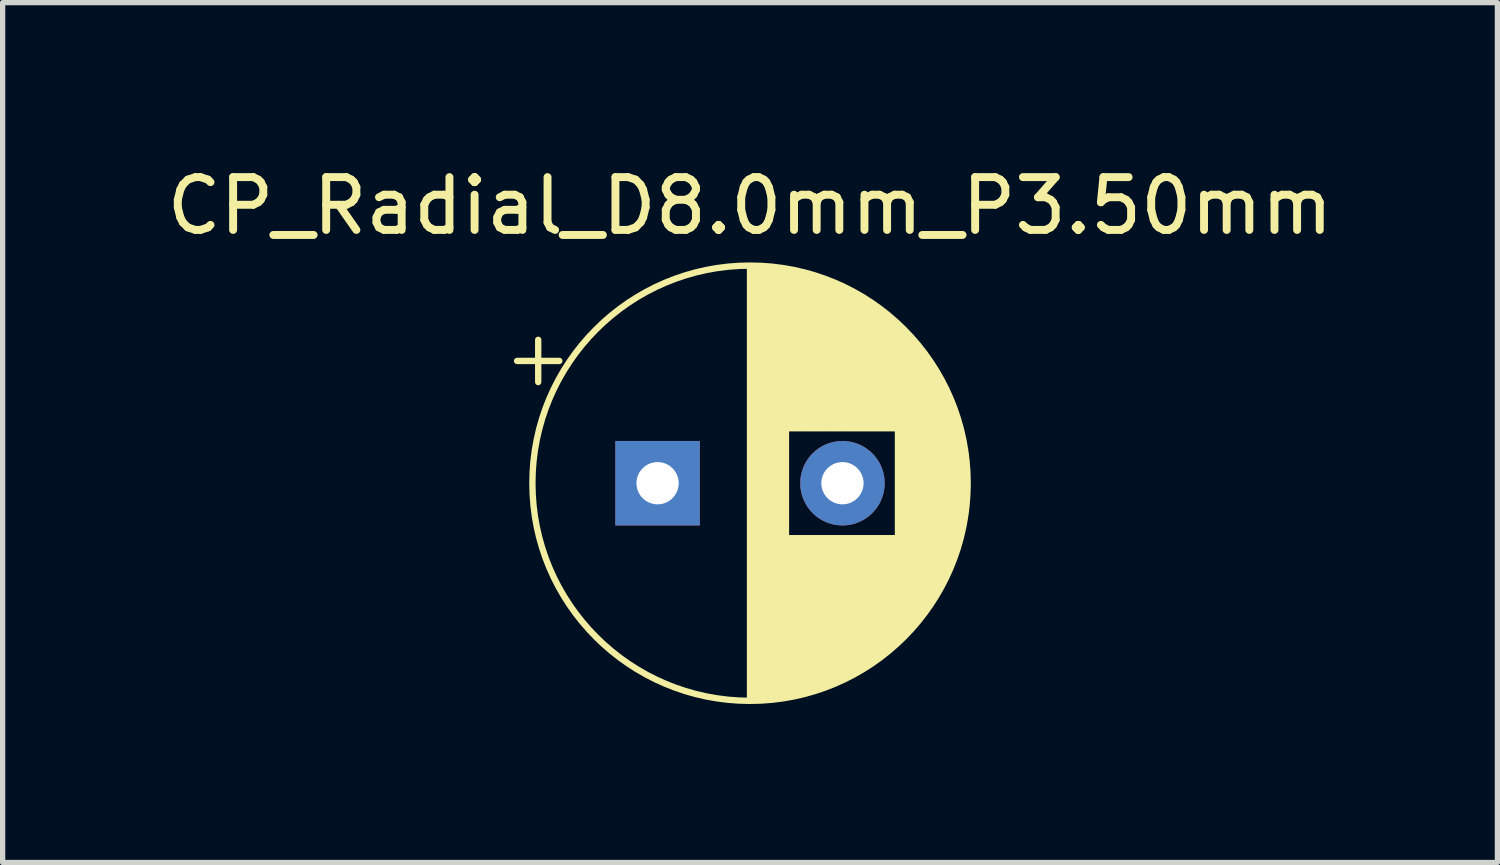
<source format=kicad_pcb>
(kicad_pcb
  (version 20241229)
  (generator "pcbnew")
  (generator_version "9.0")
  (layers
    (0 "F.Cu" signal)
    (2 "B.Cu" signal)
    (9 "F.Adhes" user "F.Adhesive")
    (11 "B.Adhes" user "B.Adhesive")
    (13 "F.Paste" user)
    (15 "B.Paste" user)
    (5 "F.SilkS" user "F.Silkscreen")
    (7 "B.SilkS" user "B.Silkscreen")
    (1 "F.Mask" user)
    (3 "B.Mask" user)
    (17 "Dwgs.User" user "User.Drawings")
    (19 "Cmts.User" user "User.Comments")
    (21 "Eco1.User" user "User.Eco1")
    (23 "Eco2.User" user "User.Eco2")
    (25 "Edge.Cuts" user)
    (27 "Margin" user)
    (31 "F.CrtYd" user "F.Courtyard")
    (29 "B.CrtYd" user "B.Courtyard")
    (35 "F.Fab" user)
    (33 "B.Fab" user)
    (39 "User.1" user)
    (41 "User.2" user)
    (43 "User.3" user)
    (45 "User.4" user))
  (footprint "CP_Radial_D8.0mm_P3.50mm"
    (layer "F.Cu")
    (at 9.399 6.098)
    (property "Reference" "CP_Radial_D8.0mm_P3.50mm" (at 1.75 -5.25 0) (layer "F.SilkS") (effects (font (size 1 1) (thickness 0.15))))
    (attr through_hole)
    (fp_line (start -2.66 -2.315) (end -1.86 -2.315) (stroke (width 0.12) (type solid)) (layer "F.SilkS"))
    (fp_line (start -2.26 -2.715) (end -2.26 -1.915) (stroke (width 0.12) (type solid)) (layer "F.SilkS"))
    (fp_line (start 1.75 -4.08) (end 1.75 4.08) (stroke (width 0.12) (type solid)) (layer "F.SilkS"))
    (fp_line (start 1.79 -4.08) (end 1.79 4.08) (stroke (width 0.12) (type solid)) (layer "F.SilkS"))
    (fp_line (start 1.83 -4.08) (end 1.83 4.08) (stroke (width 0.12) (type solid)) (layer "F.SilkS"))
    (fp_line (start 1.87 -4.079) (end 1.87 4.079) (stroke (width 0.12) (type solid)) (layer "F.SilkS"))
    (fp_line (start 1.91 -4.077) (end 1.91 4.077) (stroke (width 0.12) (type solid)) (layer "F.SilkS"))
    (fp_line (start 1.95 -4.076) (end 1.95 4.076) (stroke (width 0.12) (type solid)) (layer "F.SilkS"))
    (fp_line (start 1.99 -4.074) (end 1.99 4.074) (stroke (width 0.12) (type solid)) (layer "F.SilkS"))
    (fp_line (start 2.03 -4.071) (end 2.03 4.071) (stroke (width 0.12) (type solid)) (layer "F.SilkS"))
    (fp_line (start 2.07 -4.068) (end 2.07 4.068) (stroke (width 0.12) (type solid)) (layer "F.SilkS"))
    (fp_line (start 2.11 -4.065) (end 2.11 4.065) (stroke (width 0.12) (type solid)) (layer "F.SilkS"))
    (fp_line (start 2.15 -4.061) (end 2.15 4.061) (stroke (width 0.12) (type solid)) (layer "F.SilkS"))
    (fp_line (start 2.19 -4.057) (end 2.19 4.057) (stroke (width 0.12) (type solid)) (layer "F.SilkS"))
    (fp_line (start 2.23 -4.052) (end 2.23 4.052) (stroke (width 0.12) (type solid)) (layer "F.SilkS"))
    (fp_line (start 2.27 -4.048) (end 2.27 4.048) (stroke (width 0.12) (type solid)) (layer "F.SilkS"))
    (fp_line (start 2.31 -4.042) (end 2.31 4.042) (stroke (width 0.12) (type solid)) (layer "F.SilkS"))
    (fp_line (start 2.35 -4.037) (end 2.35 4.037) (stroke (width 0.12) (type solid)) (layer "F.SilkS"))
    (fp_line (start 2.39 -4.03) (end 2.39 4.03) (stroke (width 0.12) (type solid)) (layer "F.SilkS"))
    (fp_line (start 2.43 -4.024) (end 2.43 4.024) (stroke (width 0.12) (type solid)) (layer "F.SilkS"))
    (fp_line (start 2.471 -4.017) (end 2.471 -1.04) (stroke (width 0.12) (type solid)) (layer "F.SilkS"))
    (fp_line (start 2.471 1.04) (end 2.471 4.017) (stroke (width 0.12) (type solid)) (layer "F.SilkS"))
    (fp_line (start 2.511 -4.01) (end 2.511 -1.04) (stroke (width 0.12) (type solid)) (layer "F.SilkS"))
    (fp_line (start 2.511 1.04) (end 2.511 4.01) (stroke (width 0.12) (type solid)) (layer "F.SilkS"))
    (fp_line (start 2.551 -4.002) (end 2.551 -1.04) (stroke (width 0.12) (type solid)) (layer "F.SilkS"))
    (fp_line (start 2.551 1.04) (end 2.551 4.002) (stroke (width 0.12) (type solid)) (layer "F.SilkS"))
    (fp_line (start 2.591 -3.994) (end 2.591 -1.04) (stroke (width 0.12) (type solid)) (layer "F.SilkS"))
    (fp_line (start 2.591 1.04) (end 2.591 3.994) (stroke (width 0.12) (type solid)) (layer "F.SilkS"))
    (fp_line (start 2.631 -3.985) (end 2.631 -1.04) (stroke (width 0.12) (type solid)) (layer "F.SilkS"))
    (fp_line (start 2.631 1.04) (end 2.631 3.985) (stroke (width 0.12) (type solid)) (layer "F.SilkS"))
    (fp_line (start 2.671 -3.976) (end 2.671 -1.04) (stroke (width 0.12) (type solid)) (layer "F.SilkS"))
    (fp_line (start 2.671 1.04) (end 2.671 3.976) (stroke (width 0.12) (type solid)) (layer "F.SilkS"))
    (fp_line (start 2.711 -3.967) (end 2.711 -1.04) (stroke (width 0.12) (type solid)) (layer "F.SilkS"))
    (fp_line (start 2.711 1.04) (end 2.711 3.967) (stroke (width 0.12) (type solid)) (layer "F.SilkS"))
    (fp_line (start 2.751 -3.957) (end 2.751 -1.04) (stroke (width 0.12) (type solid)) (layer "F.SilkS"))
    (fp_line (start 2.751 1.04) (end 2.751 3.957) (stroke (width 0.12) (type solid)) (layer "F.SilkS"))
    (fp_line (start 2.791 -3.947) (end 2.791 -1.04) (stroke (width 0.12) (type solid)) (layer "F.SilkS"))
    (fp_line (start 2.791 1.04) (end 2.791 3.947) (stroke (width 0.12) (type solid)) (layer "F.SilkS"))
    (fp_line (start 2.831 -3.936) (end 2.831 -1.04) (stroke (width 0.12) (type solid)) (layer "F.SilkS"))
    (fp_line (start 2.831 1.04) (end 2.831 3.936) (stroke (width 0.12) (type solid)) (layer "F.SilkS"))
    (fp_line (start 2.871 -3.925) (end 2.871 -1.04) (stroke (width 0.12) (type solid)) (layer "F.SilkS"))
    (fp_line (start 2.871 1.04) (end 2.871 3.925) (stroke (width 0.12) (type solid)) (layer "F.SilkS"))
    (fp_line (start 2.911 -3.914) (end 2.911 -1.04) (stroke (width 0.12) (type solid)) (layer "F.SilkS"))
    (fp_line (start 2.911 1.04) (end 2.911 3.914) (stroke (width 0.12) (type solid)) (layer "F.SilkS"))
    (fp_line (start 2.951 -3.902) (end 2.951 -1.04) (stroke (width 0.12) (type solid)) (layer "F.SilkS"))
    (fp_line (start 2.951 1.04) (end 2.951 3.902) (stroke (width 0.12) (type solid)) (layer "F.SilkS"))
    (fp_line (start 2.991 -3.889) (end 2.991 -1.04) (stroke (width 0.12) (type solid)) (layer "F.SilkS"))
    (fp_line (start 2.991 1.04) (end 2.991 3.889) (stroke (width 0.12) (type solid)) (layer "F.SilkS"))
    (fp_line (start 3.031 -3.877) (end 3.031 -1.04) (stroke (width 0.12) (type solid)) (layer "F.SilkS"))
    (fp_line (start 3.031 1.04) (end 3.031 3.877) (stroke (width 0.12) (type solid)) (layer "F.SilkS"))
    (fp_line (start 3.071 -3.863) (end 3.071 -1.04) (stroke (width 0.12) (type solid)) (layer "F.SilkS"))
    (fp_line (start 3.071 1.04) (end 3.071 3.863) (stroke (width 0.12) (type solid)) (layer "F.SilkS"))
    (fp_line (start 3.111 -3.85) (end 3.111 -1.04) (stroke (width 0.12) (type solid)) (layer "F.SilkS"))
    (fp_line (start 3.111 1.04) (end 3.111 3.85) (stroke (width 0.12) (type solid)) (layer "F.SilkS"))
    (fp_line (start 3.151 -3.835) (end 3.151 -1.04) (stroke (width 0.12) (type solid)) (layer "F.SilkS"))
    (fp_line (start 3.151 1.04) (end 3.151 3.835) (stroke (width 0.12) (type solid)) (layer "F.SilkS"))
    (fp_line (start 3.191 -3.821) (end 3.191 -1.04) (stroke (width 0.12) (type solid)) (layer "F.SilkS"))
    (fp_line (start 3.191 1.04) (end 3.191 3.821) (stroke (width 0.12) (type solid)) (layer "F.SilkS"))
    (fp_line (start 3.231 -3.805) (end 3.231 -1.04) (stroke (width 0.12) (type solid)) (layer "F.SilkS"))
    (fp_line (start 3.231 1.04) (end 3.231 3.805) (stroke (width 0.12) (type solid)) (layer "F.SilkS"))
    (fp_line (start 3.271 -3.79) (end 3.271 -1.04) (stroke (width 0.12) (type solid)) (layer "F.SilkS"))
    (fp_line (start 3.271 1.04) (end 3.271 3.79) (stroke (width 0.12) (type solid)) (layer "F.SilkS"))
    (fp_line (start 3.311 -3.774) (end 3.311 -1.04) (stroke (width 0.12) (type solid)) (layer "F.SilkS"))
    (fp_line (start 3.311 1.04) (end 3.311 3.774) (stroke (width 0.12) (type solid)) (layer "F.SilkS"))
    (fp_line (start 3.351 -3.757) (end 3.351 -1.04) (stroke (width 0.12) (type solid)) (layer "F.SilkS"))
    (fp_line (start 3.351 1.04) (end 3.351 3.757) (stroke (width 0.12) (type solid)) (layer "F.SilkS"))
    (fp_line (start 3.391 -3.74) (end 3.391 -1.04) (stroke (width 0.12) (type solid)) (layer "F.SilkS"))
    (fp_line (start 3.391 1.04) (end 3.391 3.74) (stroke (width 0.12) (type solid)) (layer "F.SilkS"))
    (fp_line (start 3.431 -3.722) (end 3.431 -1.04) (stroke (width 0.12) (type solid)) (layer "F.SilkS"))
    (fp_line (start 3.431 1.04) (end 3.431 3.722) (stroke (width 0.12) (type solid)) (layer "F.SilkS"))
    (fp_line (start 3.471 -3.704) (end 3.471 -1.04) (stroke (width 0.12) (type solid)) (layer "F.SilkS"))
    (fp_line (start 3.471 1.04) (end 3.471 3.704) (stroke (width 0.12) (type solid)) (layer "F.SilkS"))
    (fp_line (start 3.511 -3.686) (end 3.511 -1.04) (stroke (width 0.12) (type solid)) (layer "F.SilkS"))
    (fp_line (start 3.511 1.04) (end 3.511 3.686) (stroke (width 0.12) (type solid)) (layer "F.SilkS"))
    (fp_line (start 3.551 -3.666) (end 3.551 -1.04) (stroke (width 0.12) (type solid)) (layer "F.SilkS"))
    (fp_line (start 3.551 1.04) (end 3.551 3.666) (stroke (width 0.12) (type solid)) (layer "F.SilkS"))
    (fp_line (start 3.591 -3.647) (end 3.591 -1.04) (stroke (width 0.12) (type solid)) (layer "F.SilkS"))
    (fp_line (start 3.591 1.04) (end 3.591 3.647) (stroke (width 0.12) (type solid)) (layer "F.SilkS"))
    (fp_line (start 3.631 -3.627) (end 3.631 -1.04) (stroke (width 0.12) (type solid)) (layer "F.SilkS"))
    (fp_line (start 3.631 1.04) (end 3.631 3.627) (stroke (width 0.12) (type solid)) (layer "F.SilkS"))
    (fp_line (start 3.671 -3.606) (end 3.671 -1.04) (stroke (width 0.12) (type solid)) (layer "F.SilkS"))
    (fp_line (start 3.671 1.04) (end 3.671 3.606) (stroke (width 0.12) (type solid)) (layer "F.SilkS"))
    (fp_line (start 3.711 -3.584) (end 3.711 -1.04) (stroke (width 0.12) (type solid)) (layer "F.SilkS"))
    (fp_line (start 3.711 1.04) (end 3.711 3.584) (stroke (width 0.12) (type solid)) (layer "F.SilkS"))
    (fp_line (start 3.751 -3.562) (end 3.751 -1.04) (stroke (width 0.12) (type solid)) (layer "F.SilkS"))
    (fp_line (start 3.751 1.04) (end 3.751 3.562) (stroke (width 0.12) (type solid)) (layer "F.SilkS"))
    (fp_line (start 3.791 -3.54) (end 3.791 -1.04) (stroke (width 0.12) (type solid)) (layer "F.SilkS"))
    (fp_line (start 3.791 1.04) (end 3.791 3.54) (stroke (width 0.12) (type solid)) (layer "F.SilkS"))
    (fp_line (start 3.831 -3.517) (end 3.831 -1.04) (stroke (width 0.12) (type solid)) (layer "F.SilkS"))
    (fp_line (start 3.831 1.04) (end 3.831 3.517) (stroke (width 0.12) (type solid)) (layer "F.SilkS"))
    (fp_line (start 3.871 -3.493) (end 3.871 -1.04) (stroke (width 0.12) (type solid)) (layer "F.SilkS"))
    (fp_line (start 3.871 1.04) (end 3.871 3.493) (stroke (width 0.12) (type solid)) (layer "F.SilkS"))
    (fp_line (start 3.911 -3.469) (end 3.911 -1.04) (stroke (width 0.12) (type solid)) (layer "F.SilkS"))
    (fp_line (start 3.911 1.04) (end 3.911 3.469) (stroke (width 0.12) (type solid)) (layer "F.SilkS"))
    (fp_line (start 3.951 -3.444) (end 3.951 -1.04) (stroke (width 0.12) (type solid)) (layer "F.SilkS"))
    (fp_line (start 3.951 1.04) (end 3.951 3.444) (stroke (width 0.12) (type solid)) (layer "F.SilkS"))
    (fp_line (start 3.991 -3.418) (end 3.991 -1.04) (stroke (width 0.12) (type solid)) (layer "F.SilkS"))
    (fp_line (start 3.991 1.04) (end 3.991 3.418) (stroke (width 0.12) (type solid)) (layer "F.SilkS"))
    (fp_line (start 4.031 -3.392) (end 4.031 -1.04) (stroke (width 0.12) (type solid)) (layer "F.SilkS"))
    (fp_line (start 4.031 1.04) (end 4.031 3.392) (stroke (width 0.12) (type solid)) (layer "F.SilkS"))
    (fp_line (start 4.071 -3.365) (end 4.071 -1.04) (stroke (width 0.12) (type solid)) (layer "F.SilkS"))
    (fp_line (start 4.071 1.04) (end 4.071 3.365) (stroke (width 0.12) (type solid)) (layer "F.SilkS"))
    (fp_line (start 4.111 -3.338) (end 4.111 -1.04) (stroke (width 0.12) (type solid)) (layer "F.SilkS"))
    (fp_line (start 4.111 1.04) (end 4.111 3.338) (stroke (width 0.12) (type solid)) (layer "F.SilkS"))
    (fp_line (start 4.151 -3.309) (end 4.151 -1.04) (stroke (width 0.12) (type solid)) (layer "F.SilkS"))
    (fp_line (start 4.151 1.04) (end 4.151 3.309) (stroke (width 0.12) (type solid)) (layer "F.SilkS"))
    (fp_line (start 4.191 -3.28) (end 4.191 -1.04) (stroke (width 0.12) (type solid)) (layer "F.SilkS"))
    (fp_line (start 4.191 1.04) (end 4.191 3.28) (stroke (width 0.12) (type solid)) (layer "F.SilkS"))
    (fp_line (start 4.231 -3.25) (end 4.231 -1.04) (stroke (width 0.12) (type solid)) (layer "F.SilkS"))
    (fp_line (start 4.231 1.04) (end 4.231 3.25) (stroke (width 0.12) (type solid)) (layer "F.SilkS"))
    (fp_line (start 4.271 -3.22) (end 4.271 -1.04) (stroke (width 0.12) (type solid)) (layer "F.SilkS"))
    (fp_line (start 4.271 1.04) (end 4.271 3.22) (stroke (width 0.12) (type solid)) (layer "F.SilkS"))
    (fp_line (start 4.311 -3.189) (end 4.311 -1.04) (stroke (width 0.12) (type solid)) (layer "F.SilkS"))
    (fp_line (start 4.311 1.04) (end 4.311 3.189) (stroke (width 0.12) (type solid)) (layer "F.SilkS"))
    (fp_line (start 4.351 -3.156) (end 4.351 -1.04) (stroke (width 0.12) (type solid)) (layer "F.SilkS"))
    (fp_line (start 4.351 1.04) (end 4.351 3.156) (stroke (width 0.12) (type solid)) (layer "F.SilkS"))
    (fp_line (start 4.391 -3.124) (end 4.391 -1.04) (stroke (width 0.12) (type solid)) (layer "F.SilkS"))
    (fp_line (start 4.391 1.04) (end 4.391 3.124) (stroke (width 0.12) (type solid)) (layer "F.SilkS"))
    (fp_line (start 4.431 -3.09) (end 4.431 -1.04) (stroke (width 0.12) (type solid)) (layer "F.SilkS"))
    (fp_line (start 4.431 1.04) (end 4.431 3.09) (stroke (width 0.12) (type solid)) (layer "F.SilkS"))
    (fp_line (start 4.471 -3.055) (end 4.471 -1.04) (stroke (width 0.12) (type solid)) (layer "F.SilkS"))
    (fp_line (start 4.471 1.04) (end 4.471 3.055) (stroke (width 0.12) (type solid)) (layer "F.SilkS"))
    (fp_line (start 4.511 -3.019) (end 4.511 -1.04) (stroke (width 0.12) (type solid)) (layer "F.SilkS"))
    (fp_line (start 4.511 1.04) (end 4.511 3.019) (stroke (width 0.12) (type solid)) (layer "F.SilkS"))
    (fp_line (start 4.551 -2.983) (end 4.551 2.983) (stroke (width 0.12) (type solid)) (layer "F.SilkS"))
    (fp_line (start 4.591 -2.945) (end 4.591 2.945) (stroke (width 0.12) (type solid)) (layer "F.SilkS"))
    (fp_line (start 4.631 -2.907) (end 4.631 2.907) (stroke (width 0.12) (type solid)) (layer "F.SilkS"))
    (fp_line (start 4.671 -2.867) (end 4.671 2.867) (stroke (width 0.12) (type solid)) (layer "F.SilkS"))
    (fp_line (start 4.711 -2.826) (end 4.711 2.826) (stroke (width 0.12) (type solid)) (layer "F.SilkS"))
    (fp_line (start 4.751 -2.784) (end 4.751 2.784) (stroke (width 0.12) (type solid)) (layer "F.SilkS"))
    (fp_line (start 4.791 -2.741) (end 4.791 2.741) (stroke (width 0.12) (type solid)) (layer "F.SilkS"))
    (fp_line (start 4.831 -2.697) (end 4.831 2.697) (stroke (width 0.12) (type solid)) (layer "F.SilkS"))
    (fp_line (start 4.871 -2.651) (end 4.871 2.651) (stroke (width 0.12) (type solid)) (layer "F.SilkS"))
    (fp_line (start 4.911 -2.604) (end 4.911 2.604) (stroke (width 0.12) (type solid)) (layer "F.SilkS"))
    (fp_line (start 4.951 -2.556) (end 4.951 2.556) (stroke (width 0.12) (type solid)) (layer "F.SilkS"))
    (fp_line (start 4.991 -2.505) (end 4.991 2.505) (stroke (width 0.12) (type solid)) (layer "F.SilkS"))
    (fp_line (start 5.031 -2.454) (end 5.031 2.454) (stroke (width 0.12) (type solid)) (layer "F.SilkS"))
    (fp_line (start 5.071 -2.4) (end 5.071 2.4) (stroke (width 0.12) (type solid)) (layer "F.SilkS"))
    (fp_line (start 5.111 -2.345) (end 5.111 2.345) (stroke (width 0.12) (type solid)) (layer "F.SilkS"))
    (fp_line (start 5.151 -2.287) (end 5.151 2.287) (stroke (width 0.12) (type solid)) (layer "F.SilkS"))
    (fp_line (start 5.191 -2.228) (end 5.191 2.228) (stroke (width 0.12) (type solid)) (layer "F.SilkS"))
    (fp_line (start 5.231 -2.166) (end 5.231 2.166) (stroke (width 0.12) (type solid)) (layer "F.SilkS"))
    (fp_line (start 5.271 -2.102) (end 5.271 2.102) (stroke (width 0.12) (type solid)) (layer "F.SilkS"))
    (fp_line (start 5.311 -2.034) (end 5.311 2.034) (stroke (width 0.12) (type solid)) (layer "F.SilkS"))
    (fp_line (start 5.351 -1.964) (end 5.351 1.964) (stroke (width 0.12) (type solid)) (layer "F.SilkS"))
    (fp_line (start 5.391 -1.89) (end 5.391 1.89) (stroke (width 0.12) (type solid)) (layer "F.SilkS"))
    (fp_line (start 5.431 -1.813) (end 5.431 1.813) (stroke (width 0.12) (type solid)) (layer "F.SilkS"))
    (fp_line (start 5.471 -1.731) (end 5.471 1.731) (stroke (width 0.12) (type solid)) (layer "F.SilkS"))
    (fp_line (start 5.511 -1.645) (end 5.511 1.645) (stroke (width 0.12) (type solid)) (layer "F.SilkS"))
    (fp_line (start 5.551 -1.552) (end 5.551 1.552) (stroke (width 0.12) (type solid)) (layer "F.SilkS"))
    (fp_line (start 5.591 -1.453) (end 5.591 1.453) (stroke (width 0.12) (type solid)) (layer "F.SilkS"))
    (fp_line (start 5.631 -1.346) (end 5.631 1.346) (stroke (width 0.12) (type solid)) (layer "F.SilkS"))
    (fp_line (start 5.671 -1.229) (end 5.671 1.229) (stroke (width 0.12) (type solid)) (layer "F.SilkS"))
    (fp_line (start 5.711 -1.098) (end 5.711 1.098) (stroke (width 0.12) (type solid)) (layer "F.SilkS"))
    (fp_line (start 5.751 -0.948) (end 5.751 0.948) (stroke (width 0.12) (type solid)) (layer "F.SilkS"))
    (fp_line (start 5.791 -0.768) (end 5.791 0.768) (stroke (width 0.12) (type solid)) (layer "F.SilkS"))
    (fp_line (start 5.831 -0.533) (end 5.831 0.533) (stroke (width 0.12) (type solid)) (layer "F.SilkS"))
    (fp_circle (center 1.75 0) (end 5.87 0) (stroke (width 0.12) (type solid)) (fill no) (layer "F.SilkS"))
    (pad "1" thru_hole rect (at 0 0) (size 1.6 1.6) (drill 0.8) (layers "*.Cu" "*.Mask"))
    (pad "2" thru_hole circle (at 3.5 0) (size 1.6 1.6) (drill 0.8) (layers "*.Cu" "*.Mask")))
  (gr_rect
    (start -3 -3)
    (end 25.298 13.278)
    (stroke (width 0.1) (type default))
    (fill no)
    (layer "Edge.Cuts")))
</source>
